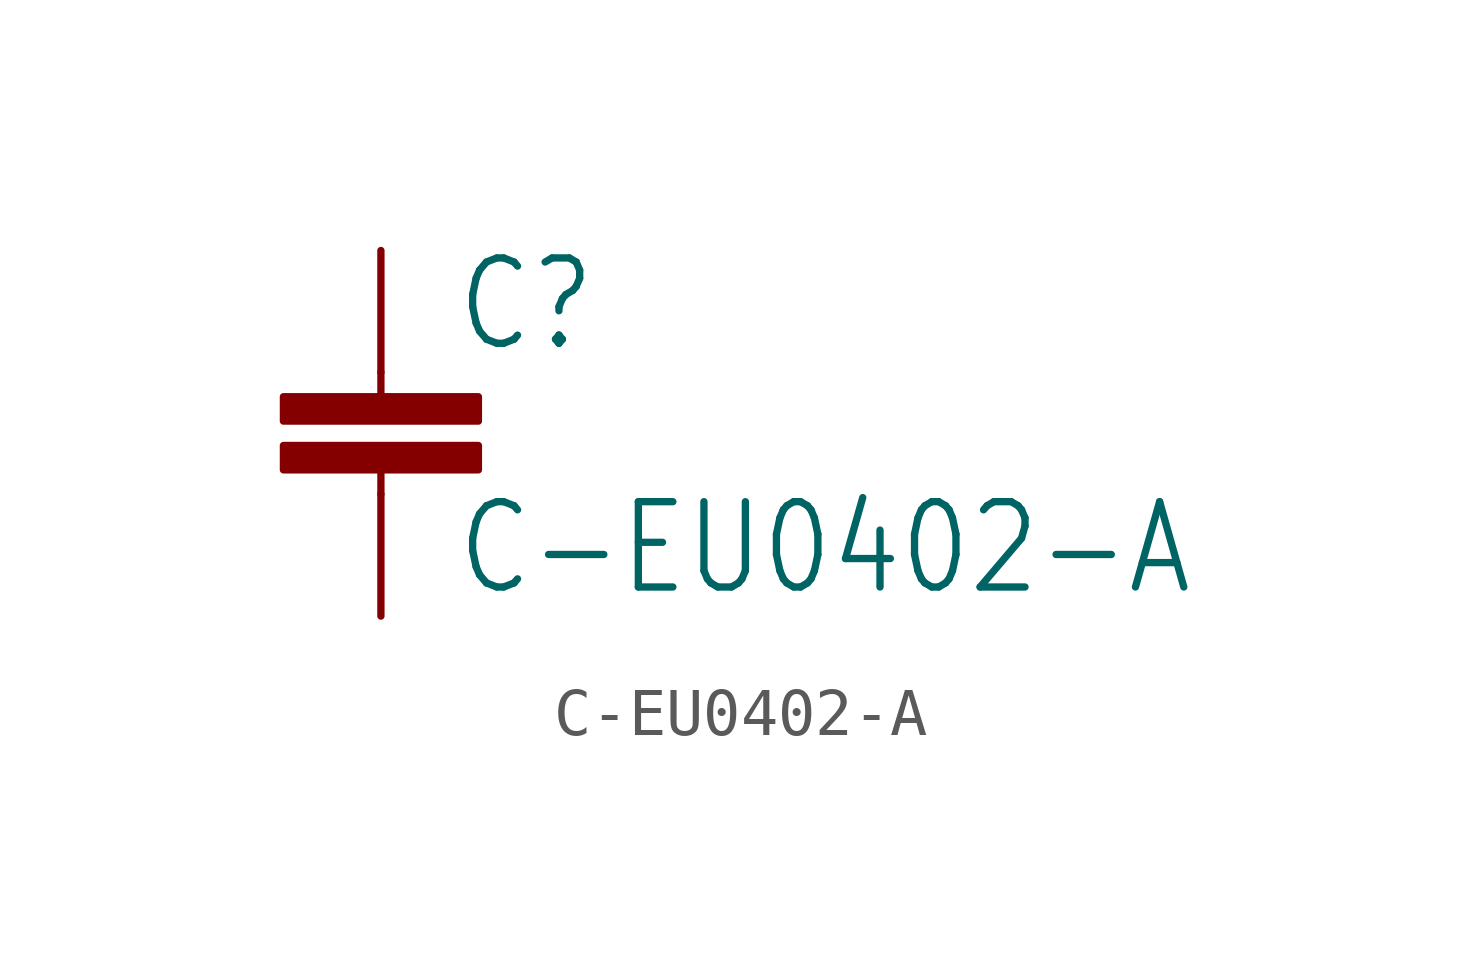
<source format=kicad_sym>
(kicad_symbol_lib
  (version 20201005)
  (generator kicad_symbol_editor)
  (symbol "pirt:C-EU0402-A"
    (property "Reference" "C"
      (at 1.524 0.381 0)
      (effects (font (size 1.778 1.511)) (justify left bottom)))
    (property "Value" "C-EU0402-A"
      (at 1.524 -4.699 0)
      (effects (font (size 1.778 1.511)) (justify left bottom)))
    (property "ki_locked" ""
      (at 0 0 0)
      (effects (font (size 1.27 1.27))))
    (symbol "C-EU0402-A_1_0"
      (rectangle (start -2.032 -2.032) (end 2.032 -1.524) (stroke (width 0)) (fill (type outline)))
      (rectangle (start -2.032 -1.016) (end 2.032 -0.508) (stroke (width 0)) (fill (type outline)))
      (polyline (pts (xy 0 -2.54) (xy 0 -2.032)) (stroke (width 0.152)) (fill (type none)))
      (polyline (pts (xy 0 0) (xy 0 -0.508)) (stroke (width 0.152)) (fill (type none)))
      (pin passive line (at 0 2.54 270) (length 2.54) (name "1" (effects (font (size 0 0)))) (number "1" (effects (font (size 0 0)))))
      (pin passive line (at 0 -5.08 90) (length 2.54) (name "2" (effects (font (size 0 0)))) (number "2" (effects (font (size 0 0))))))))
</source>
